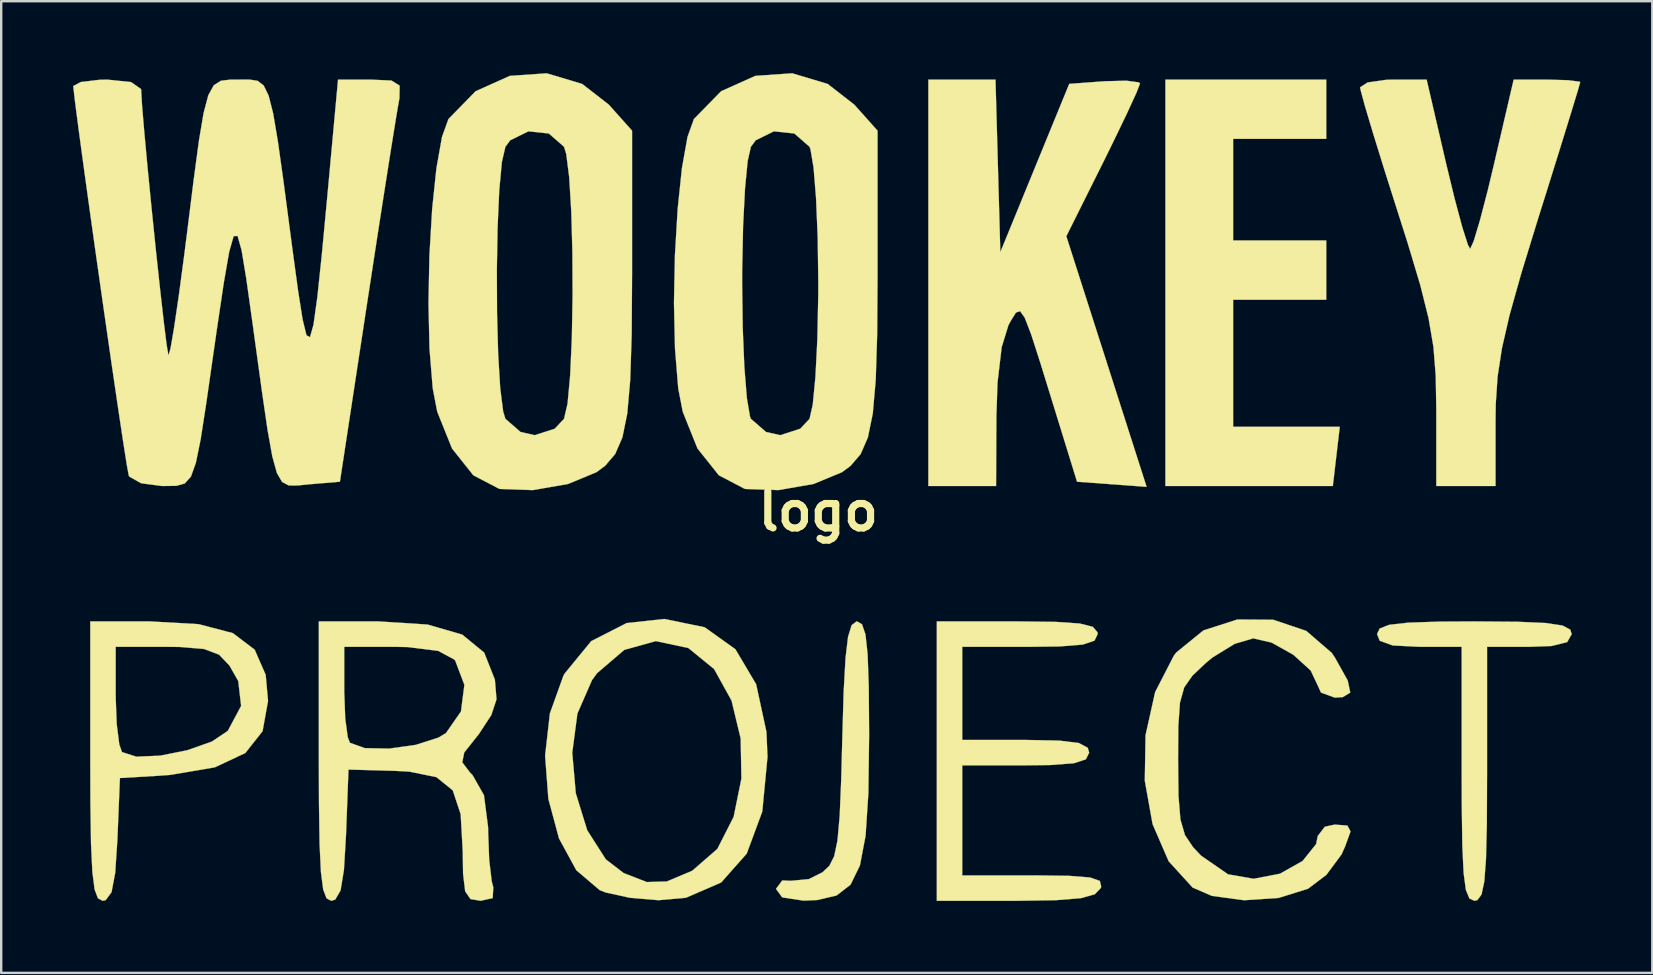
<source format=kicad_pcb>
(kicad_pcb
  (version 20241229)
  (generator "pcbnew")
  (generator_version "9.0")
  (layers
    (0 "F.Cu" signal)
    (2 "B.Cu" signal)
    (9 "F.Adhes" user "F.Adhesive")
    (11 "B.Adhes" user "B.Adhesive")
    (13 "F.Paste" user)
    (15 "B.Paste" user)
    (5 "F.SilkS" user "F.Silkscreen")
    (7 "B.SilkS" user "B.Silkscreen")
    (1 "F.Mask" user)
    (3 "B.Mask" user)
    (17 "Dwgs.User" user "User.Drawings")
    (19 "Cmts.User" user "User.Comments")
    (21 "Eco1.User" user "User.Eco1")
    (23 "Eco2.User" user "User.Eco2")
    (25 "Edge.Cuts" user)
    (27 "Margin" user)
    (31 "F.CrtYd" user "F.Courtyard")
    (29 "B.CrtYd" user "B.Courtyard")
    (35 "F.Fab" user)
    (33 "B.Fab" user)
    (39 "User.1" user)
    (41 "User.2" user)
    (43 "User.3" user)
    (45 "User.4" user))
  (footprint "logo"
    (layer "F.Cu")
    (at 31.051 18.26)
    (property "Reference" "logo" (at 0 0 0) (layer "F.SilkS") (effects (font (size 1.524 1.524) (thickness 0.3))))
    (attr through_hole)
    (fp_poly (pts (xy 21.167 -15.522) (xy 17.286 -15.522) (xy 17.286 -11.289) (xy 21.167 -11.289) (xy 21.167 -8.819) (xy 17.286 -8.819) (xy 17.286 -3.528) (xy 21.731 -3.528) (xy 21.586 -2.293) (xy 21.442 -1.058) (xy 14.464 -1.058) (xy 14.464 -17.992) (xy 21.167 -17.992) (xy 21.167 -15.522)) (stroke (width 0.01) (type solid)) (fill yes) (layer "F.SilkS"))
    (fp_poly (pts (xy 7.585 -10.802) (xy 9.021 -14.309) (xy 10.457 -17.815) (xy 11.931 -17.924) (xy 12.836 -17.947) (xy 13.357 -17.877) (xy 13.406 -17.829) (xy 13.258 -17.445) (xy 12.86 -16.579) (xy 12.281 -15.377) (xy 11.871 -14.545) (xy 10.335 -11.465) (xy 13.681 -1.022) (xy 10.782 -1.235) (xy 9.802 -4.41) (xy 9.252 -6.19) (xy 8.868 -7.382) (xy 8.602 -8.072) (xy 8.408 -8.344) (xy 8.237 -8.284) (xy 8.043 -7.976) (xy 7.924 -7.761) (xy 7.641 -6.841) (xy 7.468 -5.369) (xy 7.421 -3.969) (xy 7.408 -1.058) (xy 4.586 -1.058) (xy 4.586 -17.992) (xy 7.384 -17.992) (xy 7.585 -10.802)) (stroke (width 0.01) (type solid)) (fill yes) (layer "F.SilkS"))
    (fp_poly (pts (xy 1.821 4.705) (xy 1.965 5.128) (xy 2.055 5.952) (xy 2.102 7.278) (xy 2.117 9.203) (xy 2.117 9.372) (xy 2.086 11.753) (xy 1.97 13.518) (xy 1.734 14.757) (xy 1.343 15.557) (xy 0.76 16.008) (xy -0.049 16.197) (xy -0.617 16.222) (xy -1.503 16.087) (xy -1.764 15.732) (xy -1.501 15.38) (xy -1.147 15.396) (xy -0.396 15.325) (xy 0.176 15.039) (xy 0.459 14.772) (xy 0.661 14.373) (xy 0.798 13.724) (xy 0.89 12.704) (xy 0.954 11.193) (xy 0.997 9.554) (xy 1.056 7.53) (xy 1.134 6.116) (xy 1.241 5.217) (xy 1.39 4.74) (xy 1.592 4.587) (xy 1.614 4.586) (xy 1.821 4.705)) (stroke (width 0.01) (type solid)) (fill yes) (layer "F.SilkS"))
    (fp_poly (pts (xy 29.122 4.6) (xy 30.308 4.652) (xy 31.009 4.756) (xy 31.334 4.927) (xy 31.397 5.115) (xy 31.208 5.448) (xy 30.555 5.611) (xy 29.633 5.644) (xy 27.869 5.644) (xy 27.869 10.936) (xy 27.86 13.007) (xy 27.825 14.471) (xy 27.754 15.425) (xy 27.637 15.969) (xy 27.466 16.199) (xy 27.34 16.228) (xy 27.133 16.132) (xy 26.987 15.778) (xy 26.891 15.07) (xy 26.837 13.907) (xy 26.814 12.194) (xy 26.811 10.936) (xy 26.811 5.644) (xy 25.047 5.644) (xy 23.938 5.588) (xy 23.396 5.392) (xy 23.283 5.115) (xy 23.392 4.883) (xy 23.79 4.728) (xy 24.588 4.637) (xy 25.896 4.594) (xy 27.34 4.586) (xy 29.122 4.6)) (stroke (width 0.01) (type solid)) (fill yes) (layer "F.SilkS"))
    (fp_poly (pts (xy 9.888 4.605) (xy 10.899 4.674) (xy 11.442 4.813) (xy 11.634 5.039) (xy 11.642 5.115) (xy 11.509 5.387) (xy 11.026 5.55) (xy 10.069 5.628) (xy 8.819 5.644) (xy 5.997 5.644) (xy 5.997 9.525) (xy 8.643 9.525) (xy 10.039 9.553) (xy 10.858 9.653) (xy 11.228 9.851) (xy 11.289 10.054) (xy 11.15 10.333) (xy 10.649 10.497) (xy 9.659 10.571) (xy 8.643 10.583) (xy 5.997 10.583) (xy 5.997 15.169) (xy 8.985 15.169) (xy 10.448 15.188) (xy 11.324 15.257) (xy 11.732 15.4) (xy 11.789 15.639) (xy 11.769 15.699) (xy 11.521 15.957) (xy 10.936 16.12) (xy 9.891 16.204) (xy 8.264 16.228) (xy 8.253 16.228) (xy 4.939 16.228) (xy 4.939 4.586) (xy 8.29 4.586) (xy 9.888 4.605)) (stroke (width 0.01) (type solid)) (fill yes) (layer "F.SilkS"))
    (fp_poly (pts (xy 26.169 -14.465) (xy 26.525 -13) (xy 26.839 -11.833) (xy 27.071 -11.107) (xy 27.164 -10.939) (xy 27.311 -11.259) (xy 27.571 -12.124) (xy 27.901 -13.39) (xy 28.158 -14.465) (xy 28.977 -17.992) (xy 30.363 -17.992) (xy 31.238 -17.968) (xy 31.719 -17.908) (xy 31.75 -17.886) (xy 31.65 -17.532) (xy 31.372 -16.618) (xy 30.951 -15.257) (xy 30.423 -13.562) (xy 29.986 -12.171) (xy 29.295 -9.921) (xy 28.806 -8.182) (xy 28.488 -6.797) (xy 28.307 -5.612) (xy 28.231 -4.472) (xy 28.222 -3.81) (xy 28.222 -1.058) (xy 25.753 -1.058) (xy 25.753 -4.276) (xy 25.729 -5.657) (xy 25.634 -6.854) (xy 25.43 -8.053) (xy 25.083 -9.439) (xy 24.555 -11.199) (xy 24.165 -12.423) (xy 23.604 -14.188) (xy 23.13 -15.718) (xy 22.781 -16.885) (xy 22.597 -17.564) (xy 22.578 -17.673) (xy 22.89 -17.874) (xy 23.67 -17.984) (xy 23.964 -17.992) (xy 25.351 -17.992) (xy 26.169 -14.465)) (stroke (width 0.01) (type solid)) (fill yes) (layer "F.SilkS"))
    (fp_poly (pts (xy -25.825 4.7) (xy -24.396 5.075) (xy -23.489 5.762) (xy -23.029 6.812) (xy -22.931 7.9) (xy -23.159 9.161) (xy -23.879 10.071) (xy -25.146 10.666) (xy -27.012 10.983) (xy -27.517 11.019) (xy -29.104 11.113) (xy -29.208 13.67) (xy -29.3 15.065) (xy -29.453 15.87) (xy -29.697 16.202) (xy -29.825 16.228) (xy -30.019 16.126) (xy -30.158 15.758) (xy -30.252 15.031) (xy -30.308 13.855) (xy -30.334 12.135) (xy -30.339 10.407) (xy -30.339 5.644) (xy -29.281 5.644) (xy -29.281 7.702) (xy -29.238 8.859) (xy -29.129 9.718) (xy -29.016 10.031) (xy -28.417 10.223) (xy -27.424 10.18) (xy -26.292 9.953) (xy -25.27 9.592) (xy -24.612 9.15) (xy -24.606 9.143) (xy -24.053 8.106) (xy -24.172 7.071) (xy -24.538 6.428) (xy -24.97 5.974) (xy -25.593 5.736) (xy -26.619 5.65) (xy -27.184 5.644) (xy -29.281 5.644) (xy -30.339 5.644) (xy -30.339 4.586) (xy -27.852 4.586) (xy -25.825 4.7)) (stroke (width 0.01) (type solid)) (fill yes) (layer "F.SilkS"))
    (fp_poly (pts (xy -4.736 4.83) (xy -3.454 5.746) (xy -2.59 7.206) (xy -2.162 9.187) (xy -2.117 10.228) (xy -2.335 12.511) (xy -2.983 14.262) (xy -4.046 15.464) (xy -5.514 16.101) (xy -6.662 16.204) (xy -7.85 16.104) (xy -8.866 15.881) (xy -9.11 15.785) (xy -10.084 14.956) (xy -10.806 13.63) (xy -11.249 11.983) (xy -11.385 10.188) (xy -11.371 10.059) (xy -10.254 10.059) (xy -10.107 11.744) (xy -9.63 13.289) (xy -8.854 14.503) (xy -8.114 15.071) (xy -7.147 15.448) (xy -6.314 15.422) (xy -5.269 14.982) (xy -5.246 14.97) (xy -4.207 14.065) (xy -3.528 12.73) (xy -3.205 11.139) (xy -3.235 9.466) (xy -3.616 7.885) (xy -4.343 6.571) (xy -5.413 5.698) (xy -5.421 5.694) (xy -6.772 5.406) (xy -8.085 5.772) (xy -9.221 6.744) (xy -9.43 7.031) (xy -10.039 8.424) (xy -10.254 10.059) (xy -11.371 10.059) (xy -11.186 8.42) (xy -10.623 6.851) (xy -10.574 6.762) (xy -9.464 5.408) (xy -7.989 4.655) (xy -6.416 4.484) (xy -4.736 4.83)) (stroke (width 0.01) (type solid)) (fill yes) (layer "F.SilkS"))
    (fp_poly (pts (xy 18.957 4.516) (xy 20.335 4.982) (xy 21.396 5.897) (xy 21.536 6.107) (xy 22.062 7.049) (xy 22.168 7.551) (xy 21.853 7.742) (xy 21.519 7.761) (xy 20.947 7.551) (xy 20.814 7.258) (xy 20.518 6.631) (xy 19.795 5.975) (xy 18.891 5.469) (xy 18.126 5.292) (xy 17.351 5.52) (xy 16.424 6.09) (xy 16.145 6.321) (xy 15.587 6.85) (xy 15.247 7.338) (xy 15.07 7.975) (xy 15.003 8.948) (xy 14.993 10.37) (xy 15.01 11.863) (xy 15.09 12.84) (xy 15.279 13.49) (xy 15.622 14) (xy 15.954 14.35) (xy 17.074 15.125) (xy 18.141 15.311) (xy 19.239 15.1) (xy 20.181 14.569) (xy 20.744 13.866) (xy 20.814 13.527) (xy 21.108 13.142) (xy 21.519 13.053) (xy 22.05 13.093) (xy 22.18 13.339) (xy 21.949 13.975) (xy 21.804 14.297) (xy 21.173 15.146) (xy 20.41 15.725) (xy 19.184 16.108) (xy 17.743 16.206) (xy 16.397 16.023) (xy 15.599 15.677) (xy 14.599 14.58) (xy 13.93 13.034) (xy 13.605 11.223) (xy 13.637 9.327) (xy 14.037 7.529) (xy 14.818 6.01) (xy 14.917 5.881) (xy 16.05 4.959) (xy 17.463 4.506) (xy 18.957 4.516)) (stroke (width 0.01) (type solid)) (fill yes) (layer "F.SilkS"))
    (fp_poly (pts (xy -9.84 -17.812) (xy -8.731 -16.95) (xy -7.761 -15.864) (xy -7.761 -9.895) (xy -7.777 -7.384) (xy -7.838 -5.478) (xy -7.961 -4.077) (xy -8.164 -3.08) (xy -8.466 -2.388) (xy -8.884 -1.899) (xy -9.245 -1.632) (xy -10.427 -1.142) (xy -11.896 -0.886) (xy -13.252 -0.932) (xy -13.305 -0.943) (xy -14.375 -1.502) (xy -15.264 -2.619) (xy -15.88 -4.151) (xy -16.068 -5.129) (xy -16.203 -6.779) (xy -16.245 -8.681) (xy -16.218 -10.063) (xy -13.396 -10.063) (xy -13.388 -8.249) (xy -13.341 -6.551) (xy -13.256 -5.133) (xy -13.132 -4.158) (xy -13.04 -3.857) (xy -12.408 -3.308) (xy -11.818 -3.175) (xy -10.984 -3.444) (xy -10.596 -3.857) (xy -10.449 -4.493) (xy -10.341 -5.669) (xy -10.271 -7.222) (xy -10.24 -8.987) (xy -10.248 -10.801) (xy -10.295 -12.499) (xy -10.38 -13.917) (xy -10.504 -14.892) (xy -10.596 -15.193) (xy -11.23 -15.747) (xy -12.082 -15.837) (xy -12.839 -15.464) (xy -13.04 -15.193) (xy -13.187 -14.557) (xy -13.296 -13.381) (xy -13.365 -11.828) (xy -13.396 -10.063) (xy -16.218 -10.063) (xy -16.205 -10.675) (xy -16.092 -12.601) (xy -15.914 -14.298) (xy -15.682 -15.605) (xy -15.413 -16.351) (xy -14.282 -17.508) (xy -12.856 -18.148) (xy -11.316 -18.255) (xy -9.84 -17.812)) (stroke (width 0.01) (type solid)) (fill yes) (layer "F.SilkS"))
    (fp_poly (pts (xy 0.391 -17.812) (xy 1.499 -16.95) (xy 2.469 -15.864) (xy 2.469 -9.895) (xy 2.453 -7.384) (xy 2.393 -5.478) (xy 2.27 -4.077) (xy 2.066 -3.08) (xy 1.765 -2.388) (xy 1.347 -1.899) (xy 0.986 -1.632) (xy -0.197 -1.142) (xy -1.665 -0.886) (xy -3.021 -0.932) (xy -3.075 -0.943) (xy -4.144 -1.502) (xy -5.034 -2.619) (xy -5.649 -4.151) (xy -5.838 -5.129) (xy -5.972 -6.779) (xy -6.015 -8.681) (xy -5.998 -9.525) (xy -3.175 -9.525) (xy -3.15 -7.65) (xy -3.081 -5.999) (xy -2.977 -4.719) (xy -2.848 -3.957) (xy -2.81 -3.857) (xy -2.178 -3.308) (xy -1.587 -3.175) (xy -0.753 -3.444) (xy -0.365 -3.857) (xy -0.231 -4.451) (xy -0.12 -5.603) (xy -0.04 -7.166) (xy -0.002 -8.994) (xy 0 -9.525) (xy -0.025 -11.4) (xy -0.094 -13.051) (xy -0.198 -14.331) (xy -0.327 -15.093) (xy -0.365 -15.193) (xy -0.999 -15.747) (xy -1.852 -15.837) (xy -2.608 -15.464) (xy -2.81 -15.193) (xy -2.944 -14.599) (xy -3.055 -13.447) (xy -3.135 -11.884) (xy -3.173 -10.056) (xy -3.175 -9.525) (xy -5.998 -9.525) (xy -5.975 -10.675) (xy -5.861 -12.601) (xy -5.684 -14.298) (xy -5.451 -15.605) (xy -5.183 -16.351) (xy -4.051 -17.508) (xy -2.626 -18.148) (xy -1.085 -18.255) (xy 0.391 -17.812)) (stroke (width 0.01) (type solid)) (fill yes) (layer "F.SilkS"))
    (fp_poly (pts (xy -16.283 4.717) (xy -14.837 5.136) (xy -13.923 5.887) (xy -13.478 7.012) (xy -13.41 7.83) (xy -13.626 8.488) (xy -14.158 9.299) (xy -14.23 9.386) (xy -14.755 10.048) (xy -14.837 10.459) (xy -14.507 10.892) (xy -14.407 10.993) (xy -13.933 11.829) (xy -13.761 13.158) (xy -13.758 13.377) (xy -13.716 14.515) (xy -13.61 15.414) (xy -13.544 15.67) (xy -13.569 16.116) (xy -14.073 16.228) (xy -14.493 16.157) (xy -14.716 15.836) (xy -14.804 15.098) (xy -14.817 14.179) (xy -14.904 12.619) (xy -15.234 11.626) (xy -15.914 11.076) (xy -17.048 10.845) (xy -17.659 10.813) (xy -19.579 10.76) (xy -19.682 13.494) (xy -19.768 14.939) (xy -19.908 15.796) (xy -20.13 16.178) (xy -20.3 16.228) (xy -20.493 16.126) (xy -20.633 15.759) (xy -20.727 15.035) (xy -20.783 13.861) (xy -20.809 12.144) (xy -20.814 10.407) (xy -20.814 5.644) (xy -19.756 5.644) (xy -19.756 7.526) (xy -19.715 8.624) (xy -19.61 9.411) (xy -19.52 9.643) (xy -18.9 9.866) (xy -17.891 9.886) (xy -16.775 9.73) (xy -15.829 9.428) (xy -15.517 9.239) (xy -14.891 8.338) (xy -14.749 7.23) (xy -15.129 6.225) (xy -15.169 6.175) (xy -15.84 5.814) (xy -17.117 5.655) (xy -17.682 5.644) (xy -19.756 5.644) (xy -20.814 5.644) (xy -20.814 4.586) (xy -18.327 4.586) (xy -16.283 4.717)) (stroke (width 0.01) (type solid)) (fill yes) (layer "F.SilkS"))
    (fp_poly (pts (xy -23.37 -17.943) (xy -23.113 -17.749) (xy -22.905 -17.322) (xy -22.716 -16.573) (xy -22.52 -15.412) (xy -22.287 -13.75) (xy -21.99 -11.498) (xy -21.916 -10.936) (xy -21.681 -9.205) (xy -21.491 -7.998) (xy -21.33 -7.34) (xy -21.184 -7.258) (xy -21.038 -7.774) (xy -20.878 -8.916) (xy -20.689 -10.708) (xy -20.456 -13.175) (xy -20.427 -13.494) (xy -20.014 -17.992) (xy -18.659 -17.992) (xy -17.788 -17.954) (xy -17.446 -17.742) (xy -17.456 -17.21) (xy -17.491 -17.022) (xy -17.599 -16.389) (xy -17.794 -15.179) (xy -18.057 -13.511) (xy -18.369 -11.505) (xy -18.71 -9.28) (xy -18.808 -8.643) (xy -19.936 -1.235) (xy -21.237 -1.126) (xy -21.713 -1.078) (xy -22.072 -1.081) (xy -22.345 -1.225) (xy -22.562 -1.598) (xy -22.753 -2.289) (xy -22.95 -3.384) (xy -23.182 -4.974) (xy -23.481 -7.146) (xy -23.59 -7.938) (xy -23.837 -9.692) (xy -24.033 -10.879) (xy -24.201 -11.478) (xy -24.364 -11.469) (xy -24.547 -10.832) (xy -24.772 -9.545) (xy -25.063 -7.59) (xy -25.216 -6.526) (xy -25.512 -4.464) (xy -25.74 -2.997) (xy -25.938 -2.025) (xy -26.146 -1.446) (xy -26.405 -1.16) (xy -26.754 -1.064) (xy -27.232 -1.058) (xy -27.358 -1.058) (xy -28.22 -1.171) (xy -28.712 -1.448) (xy -28.737 -1.499) (xy -28.818 -1.944) (xy -28.978 -2.964) (xy -29.199 -4.436) (xy -29.463 -6.236) (xy -29.752 -8.242) (xy -30.05 -10.328) (xy -30.338 -12.373) (xy -30.598 -14.252) (xy -30.814 -15.842) (xy -30.968 -17.019) (xy -31.042 -17.659) (xy -31.046 -17.727) (xy -30.732 -17.893) (xy -29.949 -17.985) (xy -29.633 -17.992) (xy -28.637 -17.889) (xy -28.224 -17.599) (xy -28.218 -17.551) (xy -28.181 -16.909) (xy -28.086 -15.78) (xy -27.95 -14.31) (xy -27.786 -12.644) (xy -27.61 -10.93) (xy -27.436 -9.313) (xy -27.281 -7.94) (xy -27.159 -6.958) (xy -27.085 -6.512) (xy -27.08 -6.501) (xy -26.996 -6.786) (xy -26.847 -7.653) (xy -26.651 -8.982) (xy -26.427 -10.655) (xy -26.322 -11.48) (xy -26.037 -13.761) (xy -25.813 -15.436) (xy -25.617 -16.599) (xy -25.42 -17.342) (xy -25.19 -17.76) (xy -24.895 -17.945) (xy -24.504 -17.992) (xy -24.14 -17.992) (xy -23.703 -17.994) (xy -23.37 -17.943)) (stroke (width 0.01) (type solid)) (fill yes) (layer "F.SilkS")))
  (gr_rect
    (start -3 -3)
    (end 65.806 37.493)
    (stroke (width 0.1) (type default))
    (fill no)
    (layer "Edge.Cuts")))
</source>
